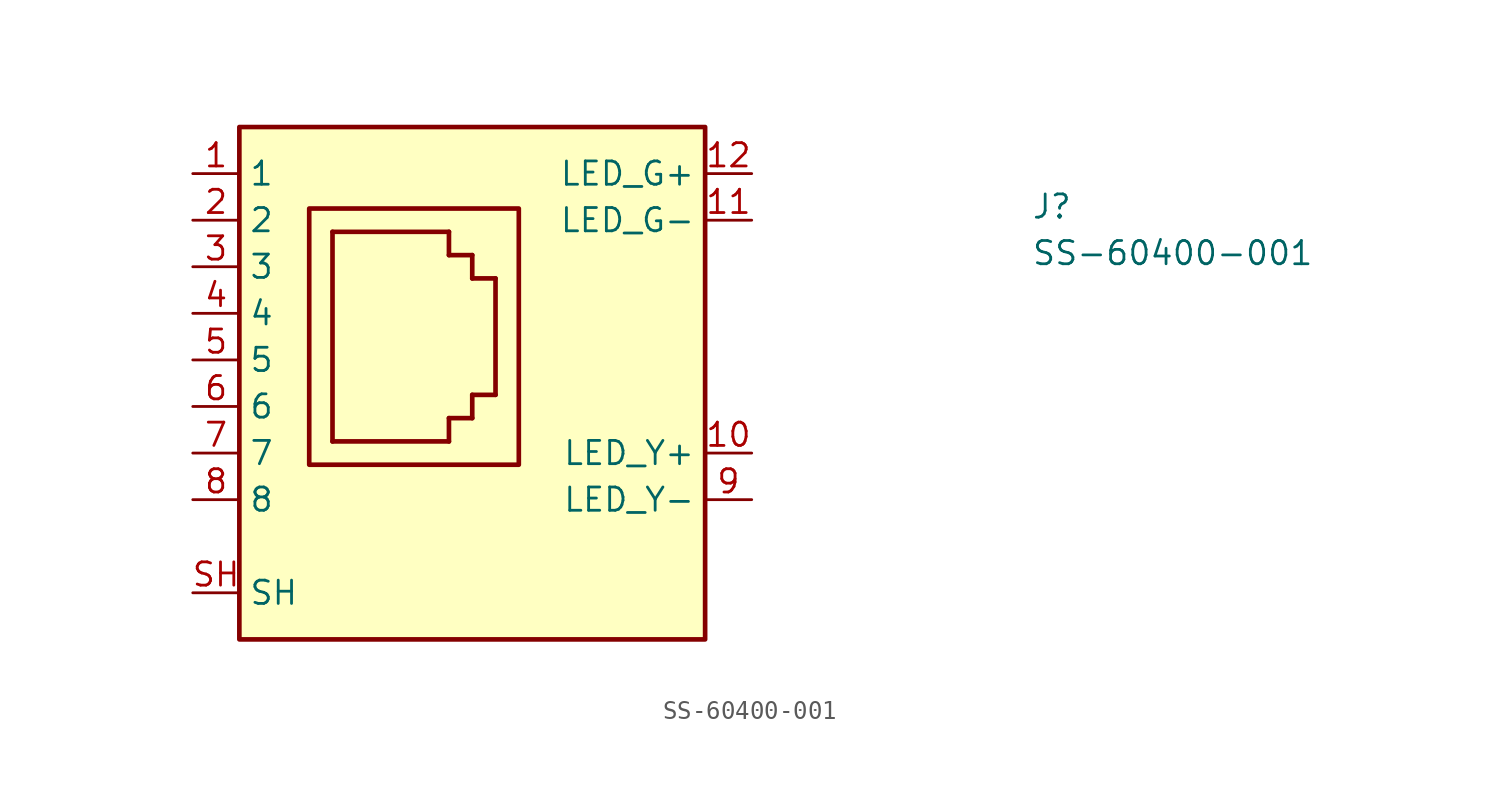
<source format=kicad_sym>
(kicad_symbol_lib
  (version 20211014)
  (generator kicad_symbol_editor)
  (symbol "SS-60400-001"
    (property "Reference" "J"
      (at 45.72 -2.54 0)
      (effects (font (size 1.27 1.27) (thickness 0.15)) (justify left bottom)))
    (property "Value" "SS-60400-001"
      (at 45.72 -5.08 0)
      (effects (font (size 1.27 1.27) (thickness 0.15)) (justify left bottom)))
    (symbol "SS-60400-001_1_1"
      (polyline (pts (xy 7.62 -14.605) (xy 7.62 -3.175)) (stroke (width 0.254) (type default) (color 0 0 0 0)) (fill (type background)))
      (polyline (pts (xy 7.62 -3.175) (xy 13.97 -3.175)) (stroke (width 0.254) (type default) (color 0 0 0 0)) (fill (type background)))
      (polyline (pts (xy 13.97 -14.605) (xy 7.62 -14.605)) (stroke (width 0.254) (type default) (color 0 0 0 0)) (fill (type background)))
      (polyline (pts (xy 13.97 -14.605) (xy 13.97 -13.335)) (stroke (width 0.254) (type default) (color 0 0 0 0)) (fill (type background)))
      (polyline (pts (xy 13.97 -13.335) (xy 15.24 -13.335)) (stroke (width 0.254) (type default) (color 0 0 0 0)) (fill (type background)))
      (polyline (pts (xy 13.97 -4.445) (xy 15.24 -4.445)) (stroke (width 0.254) (type default) (color 0 0 0 0)) (fill (type background)))
      (polyline (pts (xy 13.97 -3.175) (xy 13.97 -4.445)) (stroke (width 0.254) (type default) (color 0 0 0 0)) (fill (type background)))
      (polyline (pts (xy 15.24 -13.335) (xy 15.24 -12.065)) (stroke (width 0.254) (type default) (color 0 0 0 0)) (fill (type background)))
      (polyline (pts (xy 15.24 -12.065) (xy 16.51 -12.065)) (stroke (width 0.254) (type default) (color 0 0 0 0)) (fill (type background)))
      (polyline (pts (xy 15.24 -5.715) (xy 16.51 -5.715)) (stroke (width 0.254) (type default) (color 0 0 0 0)) (fill (type background)))
      (polyline (pts (xy 15.24 -4.445) (xy 15.24 -5.715)) (stroke (width 0.254) (type default) (color 0 0 0 0)) (fill (type background)))
      (polyline (pts (xy 16.51 -5.715) (xy 16.51 -12.065)) (stroke (width 0.254) (type default) (color 0 0 0 0)) (fill (type background)))
      (rectangle (start 2.54 2.54) (end 27.94 -25.4) (stroke (width 0.254) (type default) (color 0 0 0 0)) (fill (type background)))
      (rectangle (start 6.35 -1.905) (end 17.78 -15.875) (stroke (width 0.254) (type default) (color 0 0 0 0)) (fill (type background)))
      (pin bidirectional line (at 0 0 0) (length 2.54) (name "1" (effects (font (size 1.27 1.27)))) (number "1" (effects (font (size 1.27 1.27)))))
      (pin passive line (at 30.48 -15.24 180) (length 2.54) (name "LED_Y+" (effects (font (size 1.27 1.27)))) (number "10" (effects (font (size 1.27 1.27)))))
      (pin passive line (at 30.48 -2.54 180) (length 2.54) (name "LED_G-" (effects (font (size 1.27 1.27)))) (number "11" (effects (font (size 1.27 1.27)))))
      (pin passive line (at 30.48 0 180) (length 2.54) (name "LED_G+" (effects (font (size 1.27 1.27)))) (number "12" (effects (font (size 1.27 1.27)))))
      (pin bidirectional line (at 0 -2.54 0) (length 2.54) (name "2" (effects (font (size 1.27 1.27)))) (number "2" (effects (font (size 1.27 1.27)))))
      (pin bidirectional line (at 0 -5.08 0) (length 2.54) (name "3" (effects (font (size 1.27 1.27)))) (number "3" (effects (font (size 1.27 1.27)))))
      (pin bidirectional line (at 0 -7.62 0) (length 2.54) (name "4" (effects (font (size 1.27 1.27)))) (number "4" (effects (font (size 1.27 1.27)))))
      (pin bidirectional line (at 0 -10.16 0) (length 2.54) (name "5" (effects (font (size 1.27 1.27)))) (number "5" (effects (font (size 1.27 1.27)))))
      (pin bidirectional line (at 0 -12.7 0) (length 2.54) (name "6" (effects (font (size 1.27 1.27)))) (number "6" (effects (font (size 1.27 1.27)))))
      (pin bidirectional line (at 0 -15.24 0) (length 2.54) (name "7" (effects (font (size 1.27 1.27)))) (number "7" (effects (font (size 1.27 1.27)))))
      (pin bidirectional line (at 0 -17.78 0) (length 2.54) (name "8" (effects (font (size 1.27 1.27)))) (number "8" (effects (font (size 1.27 1.27)))))
      (pin passive line (at 30.48 -17.78 180) (length 2.54) (name "LED_Y-" (effects (font (size 1.27 1.27)))) (number "9" (effects (font (size 1.27 1.27)))))
      (pin bidirectional line (at 0 -22.86 0) (length 2.54) (name "SH" (effects (font (size 1.27 1.27)))) (number "SH" (effects (font (size 1.27 1.27))))))))
</source>
